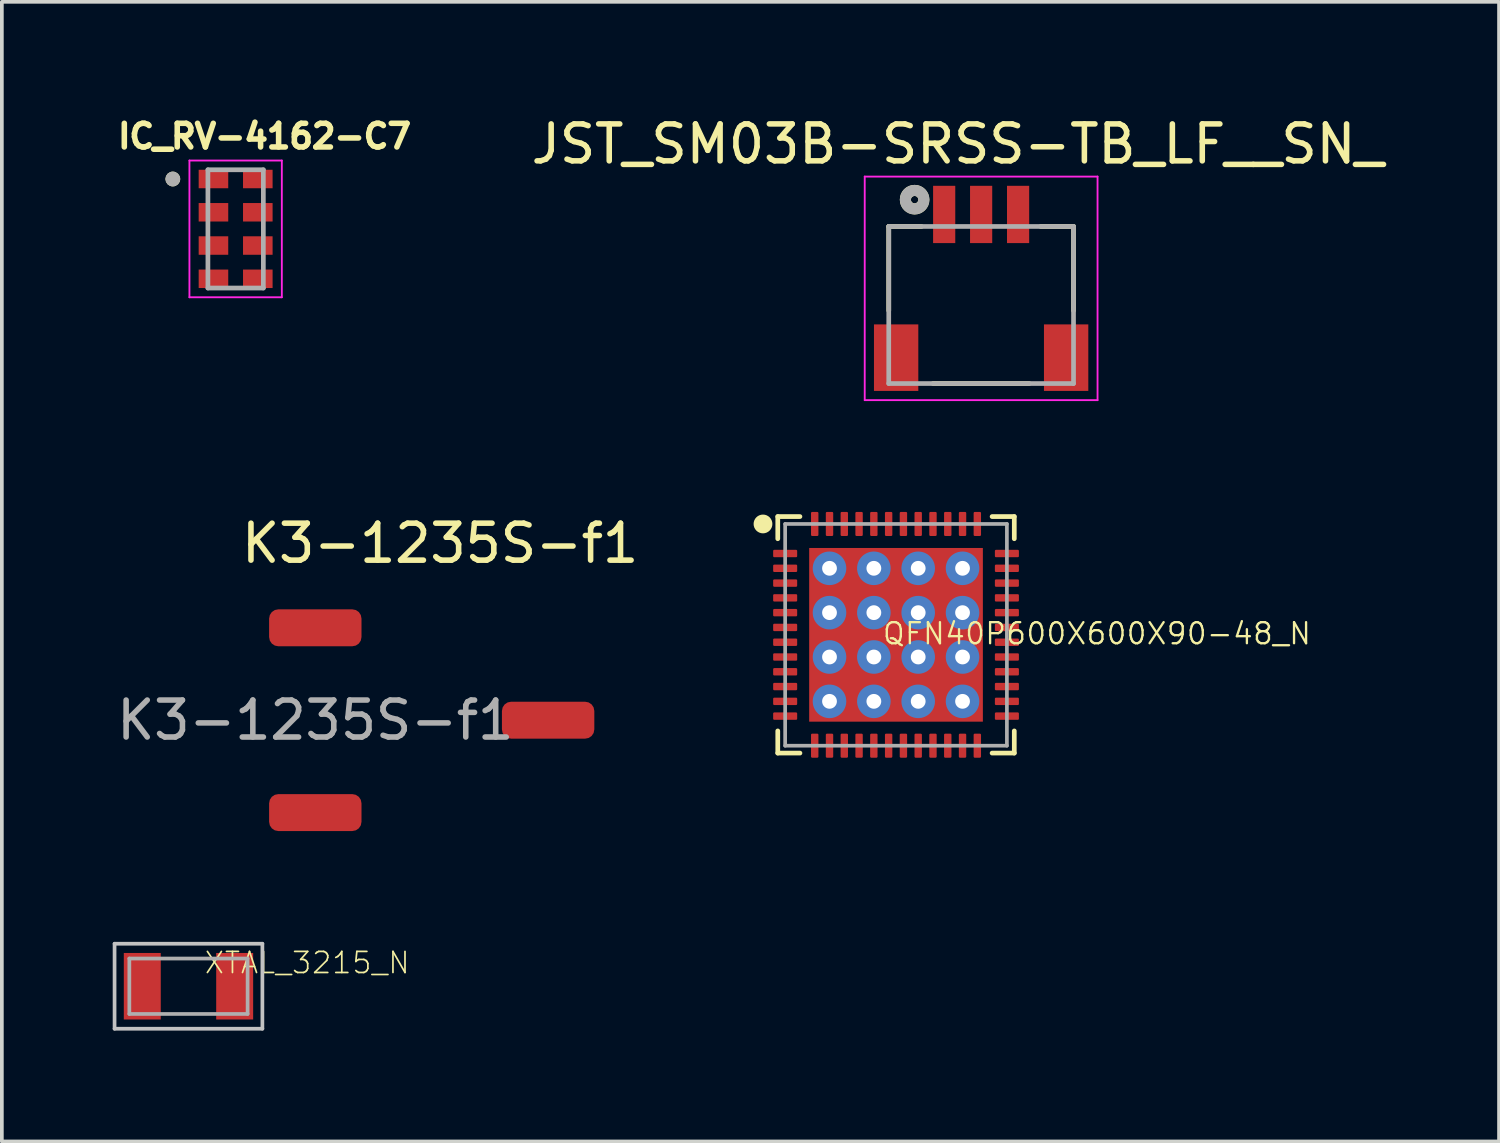
<source format=kicad_pcb>
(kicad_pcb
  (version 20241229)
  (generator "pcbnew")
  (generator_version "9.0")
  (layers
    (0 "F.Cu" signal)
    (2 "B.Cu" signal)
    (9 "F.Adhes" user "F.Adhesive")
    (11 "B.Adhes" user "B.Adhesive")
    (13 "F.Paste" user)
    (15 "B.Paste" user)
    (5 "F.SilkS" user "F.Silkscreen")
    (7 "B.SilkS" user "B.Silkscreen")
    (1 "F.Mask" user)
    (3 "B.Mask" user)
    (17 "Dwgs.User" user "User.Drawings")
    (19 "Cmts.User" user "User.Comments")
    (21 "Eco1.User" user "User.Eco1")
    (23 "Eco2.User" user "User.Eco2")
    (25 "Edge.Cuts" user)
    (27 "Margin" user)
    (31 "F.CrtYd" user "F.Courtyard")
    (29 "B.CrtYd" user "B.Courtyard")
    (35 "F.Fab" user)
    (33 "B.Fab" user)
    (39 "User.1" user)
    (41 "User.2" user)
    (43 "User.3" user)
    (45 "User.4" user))
  (footprint "XTAL_3215_N"
    (layer "F.Cu")
    (at 2.05 23.637)
    (property "Reference" "XTAL_3215_N" (at 0.4 -0.3 180) (layer "F.SilkS") (effects (font (size 0.57 0.57) (thickness 0.046)) (justify left bottom)))
    (attr through_hole)
    (fp_line (start -2 -1.15) (end -2 1.15) (stroke (width 0.1) (type solid)) (layer "Dwgs.User"))
    (fp_line (start -2 1.15) (end 2 1.15) (stroke (width 0.1) (type solid)) (layer "Dwgs.User"))
    (fp_line (start 2 -1.15) (end -2 -1.15) (stroke (width 0.1) (type solid)) (layer "Dwgs.User"))
    (fp_line (start 2 1.15) (end 2 -1.15) (stroke (width 0.1) (type solid)) (layer "Dwgs.User"))
    (fp_line (start -1.6 -0.75) (end -1.6 0.75) (stroke (width 0.1) (type solid)) (layer "F.Fab"))
    (fp_line (start -1.6 0.75) (end 1.6 0.75) (stroke (width 0.1) (type solid)) (layer "F.Fab"))
    (fp_line (start 1.6 -0.75) (end -1.6 -0.75) (stroke (width 0.1) (type solid)) (layer "F.Fab"))
    (fp_line (start 1.6 0.75) (end 1.6 -0.75) (stroke (width 0.1) (type solid)) (layer "F.Fab"))
    (pad "1" smd rect (at -1.25 0) (size 1 1.8) (layers "F.Cu" "F.Mask" "F.Paste"))
    (pad "2" smd rect (at 1.25 0) (size 1 1.8) (layers "F.Cu" "F.Mask" "F.Paste")))
  (footprint "IC_RV-4162-C7"
    (layer "F.Cu")
    (at 3.326 3.144)
    (property "Reference" "IC_RV-4162-C7" (at 0.782 -2.506 0) (layer "F.SilkS") (effects (font (size 0.64 0.64) (thickness 0.15))))
    (attr through_hole)
    (fp_circle (center -1.7 -1.35) (end -1.6 -1.35) (stroke (width 0.2) (type solid)) (fill no) (layer "F.SilkS"))
    (fp_line (start -1.25 -1.85) (end 1.25 -1.85) (stroke (width 0.05) (type solid)) (layer "F.CrtYd"))
    (fp_line (start -1.25 1.85) (end -1.25 -1.85) (stroke (width 0.05) (type solid)) (layer "F.CrtYd"))
    (fp_line (start 1.25 -1.85) (end 1.25 1.85) (stroke (width 0.05) (type solid)) (layer "F.CrtYd"))
    (fp_line (start 1.25 1.85) (end -1.25 1.85) (stroke (width 0.05) (type solid)) (layer "F.CrtYd"))
    (fp_line (start -0.75 -1.6) (end 0.75 -1.6) (stroke (width 0.127) (type solid)) (layer "F.Fab"))
    (fp_line (start -0.75 1.6) (end -0.75 -1.6) (stroke (width 0.127) (type solid)) (layer "F.Fab"))
    (fp_line (start 0.75 -1.6) (end 0.75 1.6) (stroke (width 0.127) (type solid)) (layer "F.Fab"))
    (fp_line (start 0.75 1.6) (end -0.75 1.6) (stroke (width 0.127) (type solid)) (layer "F.Fab"))
    (fp_circle (center -1.7 -1.35) (end -1.6 -1.35) (stroke (width 0.2) (type solid)) (fill no) (layer "F.Fab"))
    (pad "1" smd rect (at -0.6 -1.35 270) (size 0.5 0.8) (layers "F.Cu" "F.Mask" "F.Paste"))
    (pad "2" smd rect (at -0.6 -0.45 270) (size 0.5 0.8) (layers "F.Cu" "F.Mask" "F.Paste"))
    (pad "3" smd rect (at -0.6 0.45 270) (size 0.5 0.8) (layers "F.Cu" "F.Mask" "F.Paste"))
    (pad "4" smd rect (at -0.6 1.35 270) (size 0.5 0.8) (layers "F.Cu" "F.Mask" "F.Paste"))
    (pad "5" smd rect (at 0.6 1.35 270) (size 0.5 0.8) (layers "F.Cu" "F.Mask" "F.Paste"))
    (pad "6" smd rect (at 0.6 0.45 270) (size 0.5 0.8) (layers "F.Cu" "F.Mask" "F.Paste"))
    (pad "7" smd rect (at 0.6 -0.45 270) (size 0.5 0.8) (layers "F.Cu" "F.Mask" "F.Paste"))
    (pad "8" smd rect (at 0.6 -1.35 270) (size 0.5 0.8) (layers "F.Cu" "F.Mask" "F.Paste")))
  (footprint "K3-1235S-f1"
    (layer "F.Cu")
    (at 5.482 13.938)
    (property "Reference" "K3-1235S-f1" (at 3.378 -2.286 0) (unlocked yes) (layer "F.SilkS") (effects (font (size 1 1) (thickness 0.15))))
    (attr smd)
    (fp_text user "${REFERENCE}" (at 0 2.5 0) (unlocked yes) (layer "F.Fab") (effects (font (size 1 1) (thickness 0.15))))
    (pad "1" smd roundrect (at 0 0) (size 2.5 1) (layers "F.Cu" "F.Mask" "F.Paste") (roundrect_rratio 0.25))
    (pad "2" smd roundrect (at 6.3 2.5) (size 2.5 1) (layers "F.Cu" "F.Mask" "F.Paste") (roundrect_rratio 0.25))
    (pad "3" smd roundrect (at 0 5) (size 2.5 1) (layers "F.Cu" "F.Mask" "F.Paste") (roundrect_rratio 0.25)))
  (footprint "QFN40P600X600X90-48_N"
    (layer "F.Cu")
    (at 21.196 14.128)
    (property "Reference" "QFN40P600X600X90-48_N" (at -0.4 0.3 0) (layer "F.SilkS") (effects (font (size 0.57 0.57) (thickness 0.063)) (justify left bottom)))
    (attr through_hole)
    (fp_line (start -3.2 -3.2) (end -3.2 -2.6) (stroke (width 0.127) (type solid)) (layer "F.SilkS"))
    (fp_line (start -3.2 2.6) (end -3.2 3.2) (stroke (width 0.127) (type solid)) (layer "F.SilkS"))
    (fp_line (start -3.2 3.2) (end -2.6 3.2) (stroke (width 0.127) (type solid)) (layer "F.SilkS"))
    (fp_line (start -2.6 -3.2) (end -3.2 -3.2) (stroke (width 0.127) (type solid)) (layer "F.SilkS"))
    (fp_line (start 2.6 3.2) (end 3.2 3.2) (stroke (width 0.127) (type solid)) (layer "F.SilkS"))
    (fp_line (start 3.2 -3.2) (end 2.6 -3.2) (stroke (width 0.127) (type solid)) (layer "F.SilkS"))
    (fp_line (start 3.2 -2.6) (end 3.2 -3.2) (stroke (width 0.127) (type solid)) (layer "F.SilkS"))
    (fp_line (start 3.2 3.2) (end 3.2 2.6) (stroke (width 0.127) (type solid)) (layer "F.SilkS"))
    (fp_circle (center -3.6 -3) (end -3.473 -3) (stroke (width 0.254) (type solid)) (fill no) (layer "F.SilkS"))
    (fp_line (start -3 -3) (end -3 3) (stroke (width 0.1) (type solid)) (layer "F.Fab"))
    (fp_line (start -3 3) (end 3 3) (stroke (width 0.1) (type solid)) (layer "F.Fab"))
    (fp_line (start 3 -3) (end -3 -3) (stroke (width 0.1) (type solid)) (layer "F.Fab"))
    (fp_line (start 3 3) (end 3 -3) (stroke (width 0.1) (type solid)) (layer "F.Fab"))
    (pad "1" smd roundrect (at -3 -2.2) (size 0.65 0.2) (layers "F.Cu" "F.Mask" "F.Paste") (roundrect_rratio 0.15))
    (pad "2" smd roundrect (at -3 -1.8) (size 0.65 0.2) (layers "F.Cu" "F.Mask" "F.Paste") (roundrect_rratio 0.15))
    (pad "3" smd roundrect (at -3 -1.4) (size 0.65 0.2) (layers "F.Cu" "F.Mask" "F.Paste") (roundrect_rratio 0.15))
    (pad "4" smd roundrect (at -3 -1) (size 0.65 0.2) (layers "F.Cu" "F.Mask" "F.Paste") (roundrect_rratio 0.15))
    (pad "5" smd roundrect (at -3 -0.6) (size 0.65 0.2) (layers "F.Cu" "F.Mask" "F.Paste") (roundrect_rratio 0.15))
    (pad "6" smd roundrect (at -3 -0.2) (size 0.65 0.2) (layers "F.Cu" "F.Mask" "F.Paste") (roundrect_rratio 0.15))
    (pad "7" smd roundrect (at -3 0.2) (size 0.65 0.2) (layers "F.Cu" "F.Mask" "F.Paste") (roundrect_rratio 0.15))
    (pad "8" smd roundrect (at -3 0.6) (size 0.65 0.2) (layers "F.Cu" "F.Mask" "F.Paste") (roundrect_rratio 0.15))
    (pad "9" smd roundrect (at -3 1) (size 0.65 0.2) (layers "F.Cu" "F.Mask" "F.Paste") (roundrect_rratio 0.15))
    (pad "10" smd roundrect (at -3 1.4) (size 0.65 0.2) (layers "F.Cu" "F.Mask" "F.Paste") (roundrect_rratio 0.15))
    (pad "11" smd roundrect (at -3 1.8) (size 0.65 0.2) (layers "F.Cu" "F.Mask" "F.Paste") (roundrect_rratio 0.15))
    (pad "12" smd roundrect (at -3 2.2) (size 0.65 0.2) (layers "F.Cu" "F.Mask" "F.Paste") (roundrect_rratio 0.15))
    (pad "13" smd roundrect (at -2.2 3 90) (size 0.65 0.2) (layers "F.Cu" "F.Mask" "F.Paste") (roundrect_rratio 0.15))
    (pad "14" smd roundrect (at -1.8 3 90) (size 0.65 0.2) (layers "F.Cu" "F.Mask" "F.Paste") (roundrect_rratio 0.15))
    (pad "15" smd roundrect (at -1.4 3 90) (size 0.65 0.2) (layers "F.Cu" "F.Mask" "F.Paste") (roundrect_rratio 0.15))
    (pad "16" smd roundrect (at -1 3 90) (size 0.65 0.2) (layers "F.Cu" "F.Mask" "F.Paste") (roundrect_rratio 0.15))
    (pad "17" smd roundrect (at -0.6 3 90) (size 0.65 0.2) (layers "F.Cu" "F.Mask" "F.Paste") (roundrect_rratio 0.15))
    (pad "18" smd roundrect (at -0.2 3 90) (size 0.65 0.2) (layers "F.Cu" "F.Mask" "F.Paste") (roundrect_rratio 0.15))
    (pad "19" smd roundrect (at 0.2 3 90) (size 0.65 0.2) (layers "F.Cu" "F.Mask" "F.Paste") (roundrect_rratio 0.15))
    (pad "20" smd roundrect (at 0.6 3 90) (size 0.65 0.2) (layers "F.Cu" "F.Mask" "F.Paste") (roundrect_rratio 0.15))
    (pad "21" smd roundrect (at 1 3 90) (size 0.65 0.2) (layers "F.Cu" "F.Mask" "F.Paste") (roundrect_rratio 0.15))
    (pad "22" smd roundrect (at 1.4 3 90) (size 0.65 0.2) (layers "F.Cu" "F.Mask" "F.Paste") (roundrect_rratio 0.15))
    (pad "23" smd roundrect (at 1.8 3 90) (size 0.65 0.2) (layers "F.Cu" "F.Mask" "F.Paste") (roundrect_rratio 0.15))
    (pad "24" smd roundrect (at 2.2 3 90) (size 0.65 0.2) (layers "F.Cu" "F.Mask" "F.Paste") (roundrect_rratio 0.15))
    (pad "25" smd roundrect (at 3 2.2 180) (size 0.65 0.2) (layers "F.Cu" "F.Mask" "F.Paste") (roundrect_rratio 0.15))
    (pad "26" smd roundrect (at 3 1.8 180) (size 0.65 0.2) (layers "F.Cu" "F.Mask" "F.Paste") (roundrect_rratio 0.15))
    (pad "27" smd roundrect (at 3 1.4 180) (size 0.65 0.2) (layers "F.Cu" "F.Mask" "F.Paste") (roundrect_rratio 0.15))
    (pad "28" smd roundrect (at 3 1 180) (size 0.65 0.2) (layers "F.Cu" "F.Mask" "F.Paste") (roundrect_rratio 0.15))
    (pad "29" smd roundrect (at 3 0.6 180) (size 0.65 0.2) (layers "F.Cu" "F.Mask" "F.Paste") (roundrect_rratio 0.15))
    (pad "30" smd roundrect (at 3 0.2 180) (size 0.65 0.2) (layers "F.Cu" "F.Mask" "F.Paste") (roundrect_rratio 0.15))
    (pad "31" smd roundrect (at 3 -0.2 180) (size 0.65 0.2) (layers "F.Cu" "F.Mask" "F.Paste") (roundrect_rratio 0.15))
    (pad "32" smd roundrect (at 3 -0.6 180) (size 0.65 0.2) (layers "F.Cu" "F.Mask" "F.Paste") (roundrect_rratio 0.15))
    (pad "33" smd roundrect (at 3 -1 180) (size 0.65 0.2) (layers "F.Cu" "F.Mask" "F.Paste") (roundrect_rratio 0.15))
    (pad "34" smd roundrect (at 3 -1.4 180) (size 0.65 0.2) (layers "F.Cu" "F.Mask" "F.Paste") (roundrect_rratio 0.15))
    (pad "35" smd roundrect (at 3 -1.8 180) (size 0.65 0.2) (layers "F.Cu" "F.Mask" "F.Paste") (roundrect_rratio 0.15))
    (pad "36" smd roundrect (at 3 -2.2 180) (size 0.65 0.2) (layers "F.Cu" "F.Mask" "F.Paste") (roundrect_rratio 0.15))
    (pad "37" smd roundrect (at 2.2 -3 270) (size 0.65 0.2) (layers "F.Cu" "F.Mask" "F.Paste") (roundrect_rratio 0.15))
    (pad "38" smd roundrect (at 1.8 -3 270) (size 0.65 0.2) (layers "F.Cu" "F.Mask" "F.Paste") (roundrect_rratio 0.15))
    (pad "39" smd roundrect (at 1.4 -3 270) (size 0.65 0.2) (layers "F.Cu" "F.Mask" "F.Paste") (roundrect_rratio 0.15))
    (pad "40" smd roundrect (at 1 -3 270) (size 0.65 0.2) (layers "F.Cu" "F.Mask" "F.Paste") (roundrect_rratio 0.15))
    (pad "41" smd roundrect (at 0.6 -3 270) (size 0.65 0.2) (layers "F.Cu" "F.Mask" "F.Paste") (roundrect_rratio 0.15))
    (pad "42" smd roundrect (at 0.2 -3 270) (size 0.65 0.2) (layers "F.Cu" "F.Mask" "F.Paste") (roundrect_rratio 0.15))
    (pad "43" smd roundrect (at -0.2 -3 270) (size 0.65 0.2) (layers "F.Cu" "F.Mask" "F.Paste") (roundrect_rratio 0.15))
    (pad "44" smd roundrect (at -0.6 -3 270) (size 0.65 0.2) (layers "F.Cu" "F.Mask" "F.Paste") (roundrect_rratio 0.15))
    (pad "45" smd roundrect (at -1 -3 270) (size 0.65 0.2) (layers "F.Cu" "F.Mask" "F.Paste") (roundrect_rratio 0.15))
    (pad "46" smd roundrect (at -1.4 -3 270) (size 0.65 0.2) (layers "F.Cu" "F.Mask" "F.Paste") (roundrect_rratio 0.15))
    (pad "47" smd roundrect (at -1.8 -3 270) (size 0.65 0.2) (layers "F.Cu" "F.Mask" "F.Paste") (roundrect_rratio 0.15))
    (pad "48" smd roundrect (at -2.2 -3 270) (size 0.65 0.2) (layers "F.Cu" "F.Mask" "F.Paste") (roundrect_rratio 0.15))
    (pad "PAD" smd rect (at 0 0 270) (size 4.7 4.7) (layers "F.Cu" "F.Mask" "F.Paste"))
    (pad "PAD@VIA01" thru_hole circle (at -1.8 -1.8 180) (size 0.908 0.908) (drill 0.4) (layers "*.Cu" "*.Mask"))
    (pad "PAD@VIA02" thru_hole circle (at -1.8 -0.6 90) (size 0.908 0.908) (drill 0.4) (layers "*.Cu" "*.Mask"))
    (pad "PAD@VIA03" thru_hole circle (at -1.8 0.6 90) (size 0.908 0.908) (drill 0.4) (layers "*.Cu" "*.Mask"))
    (pad "PAD@VIA04" thru_hole circle (at -1.8 1.8 90) (size 0.908 0.908) (drill 0.4) (layers "*.Cu" "*.Mask"))
    (pad "PAD@VIA05" thru_hole circle (at -0.6 -1.8 90) (size 0.908 0.908) (drill 0.4) (layers "*.Cu" "*.Mask"))
    (pad "PAD@VIA06" thru_hole circle (at -0.6 -0.6 90) (size 0.908 0.908) (drill 0.4) (layers "*.Cu" "*.Mask"))
    (pad "PAD@VIA07" thru_hole circle (at -0.6 0.6 90) (size 0.908 0.908) (drill 0.4) (layers "*.Cu" "*.Mask"))
    (pad "PAD@VIA08" thru_hole circle (at -0.6 1.8 90) (size 0.908 0.908) (drill 0.4) (layers "*.Cu" "*.Mask"))
    (pad "PAD@VIA09" thru_hole circle (at 0.6 -1.8 90) (size 0.908 0.908) (drill 0.4) (layers "*.Cu" "*.Mask"))
    (pad "PAD@VIA10" thru_hole circle (at 0.6 -0.6 90) (size 0.908 0.908) (drill 0.4) (layers "*.Cu" "*.Mask"))
    (pad "PAD@VIA11" thru_hole circle (at 0.6 0.6 90) (size 0.908 0.908) (drill 0.4) (layers "*.Cu" "*.Mask"))
    (pad "PAD@VIA12" thru_hole circle (at 0.6 1.8 90) (size 0.908 0.908) (drill 0.4) (layers "*.Cu" "*.Mask"))
    (pad "PAD@VIA13" thru_hole circle (at 1.8 -1.8 90) (size 0.908 0.908) (drill 0.4) (layers "*.Cu" "*.Mask"))
    (pad "PAD@VIA14" thru_hole circle (at 1.8 -0.6 90) (size 0.908 0.908) (drill 0.4) (layers "*.Cu" "*.Mask"))
    (pad "PAD@VIA15" thru_hole circle (at 1.8 0.6 90) (size 0.908 0.908) (drill 0.4) (layers "*.Cu" "*.Mask"))
    (pad "PAD@VIA16" thru_hole circle (at 1.8 1.8 90) (size 0.908 0.908) (drill 0.4) (layers "*.Cu" "*.Mask")))
  (footprint "JST_SM03B-SRSS-TB_LF__SN_"
    (layer "F.Cu")
    (at 23.499 2.753)
    (property "Reference" "JST_SM03B-SRSS-TB_LF__SN_" (at -0.635 -1.905 0) (layer "F.SilkS") (effects (font (size 1 1) (thickness 0.15))))
    (attr smd)
    (fp_line (start -2.5 0.325) (end -2.5 2.6) (stroke (width 0.127) (type solid)) (layer "F.SilkS"))
    (fp_line (start -1.615 0.325) (end -2.5 0.325) (stroke (width 0.127) (type solid)) (layer "F.SilkS"))
    (fp_line (start -1.3 4.575) (end 1.3 4.575) (stroke (width 0.127) (type solid)) (layer "F.SilkS"))
    (fp_line (start 2.5 0.325) (end 1.615 0.325) (stroke (width 0.127) (type solid)) (layer "F.SilkS"))
    (fp_line (start 2.5 2.6) (end 2.5 0.325) (stroke (width 0.127) (type solid)) (layer "F.SilkS"))
    (fp_circle (center -1.8 -0.4) (end -1.7 -0.4) (stroke (width 0.3) (type solid)) (fill no) (layer "F.SilkS"))
    (fp_line (start -3.15 -1.025) (end 3.15 -1.025) (stroke (width 0.05) (type solid)) (layer "F.CrtYd"))
    (fp_line (start -3.15 5.025) (end -3.15 -1.025) (stroke (width 0.05) (type solid)) (layer "F.CrtYd"))
    (fp_line (start 3.15 -1.025) (end 3.15 5.025) (stroke (width 0.05) (type solid)) (layer "F.CrtYd"))
    (fp_line (start 3.15 5.025) (end -3.15 5.025) (stroke (width 0.05) (type solid)) (layer "F.CrtYd"))
    (fp_line (start -2.5 0.325) (end 2.5 0.325) (stroke (width 0.127) (type solid)) (layer "F.Fab"))
    (fp_line (start -2.5 4.575) (end -2.5 0.325) (stroke (width 0.127) (type solid)) (layer "F.Fab"))
    (fp_line (start 2.5 0.325) (end 2.5 4.575) (stroke (width 0.127) (type solid)) (layer "F.Fab"))
    (fp_line (start 2.5 4.575) (end -2.5 4.575) (stroke (width 0.127) (type solid)) (layer "F.Fab"))
    (fp_circle (center -1.8 -0.4) (end -1.7 -0.4) (stroke (width 0.3) (type solid)) (fill no) (layer "F.Fab"))
    (pad "1" smd rect (at -1 0 90) (size 1.55 0.6) (layers "F.Cu" "F.Mask" "F.Paste"))
    (pad "2" smd rect (at 0 0 90) (size 1.55 0.6) (layers "F.Cu" "F.Mask" "F.Paste"))
    (pad "3" smd rect (at 1 0 90) (size 1.55 0.6) (layers "F.Cu" "F.Mask" "F.Paste"))
    (pad "S1" smd rect (at -2.3 3.875 180) (size 1.2 1.8) (layers "F.Cu" "F.Mask" "F.Paste"))
    (pad "S2" smd rect (at 2.3 3.875 180) (size 1.2 1.8) (layers "F.Cu" "F.Mask" "F.Paste")))
  (gr_rect
    (start -3 -3)
    (end 37.513 27.837)
    (stroke (width 0.1) (type default))
    (fill no)
    (layer "Edge.Cuts")))
</source>
